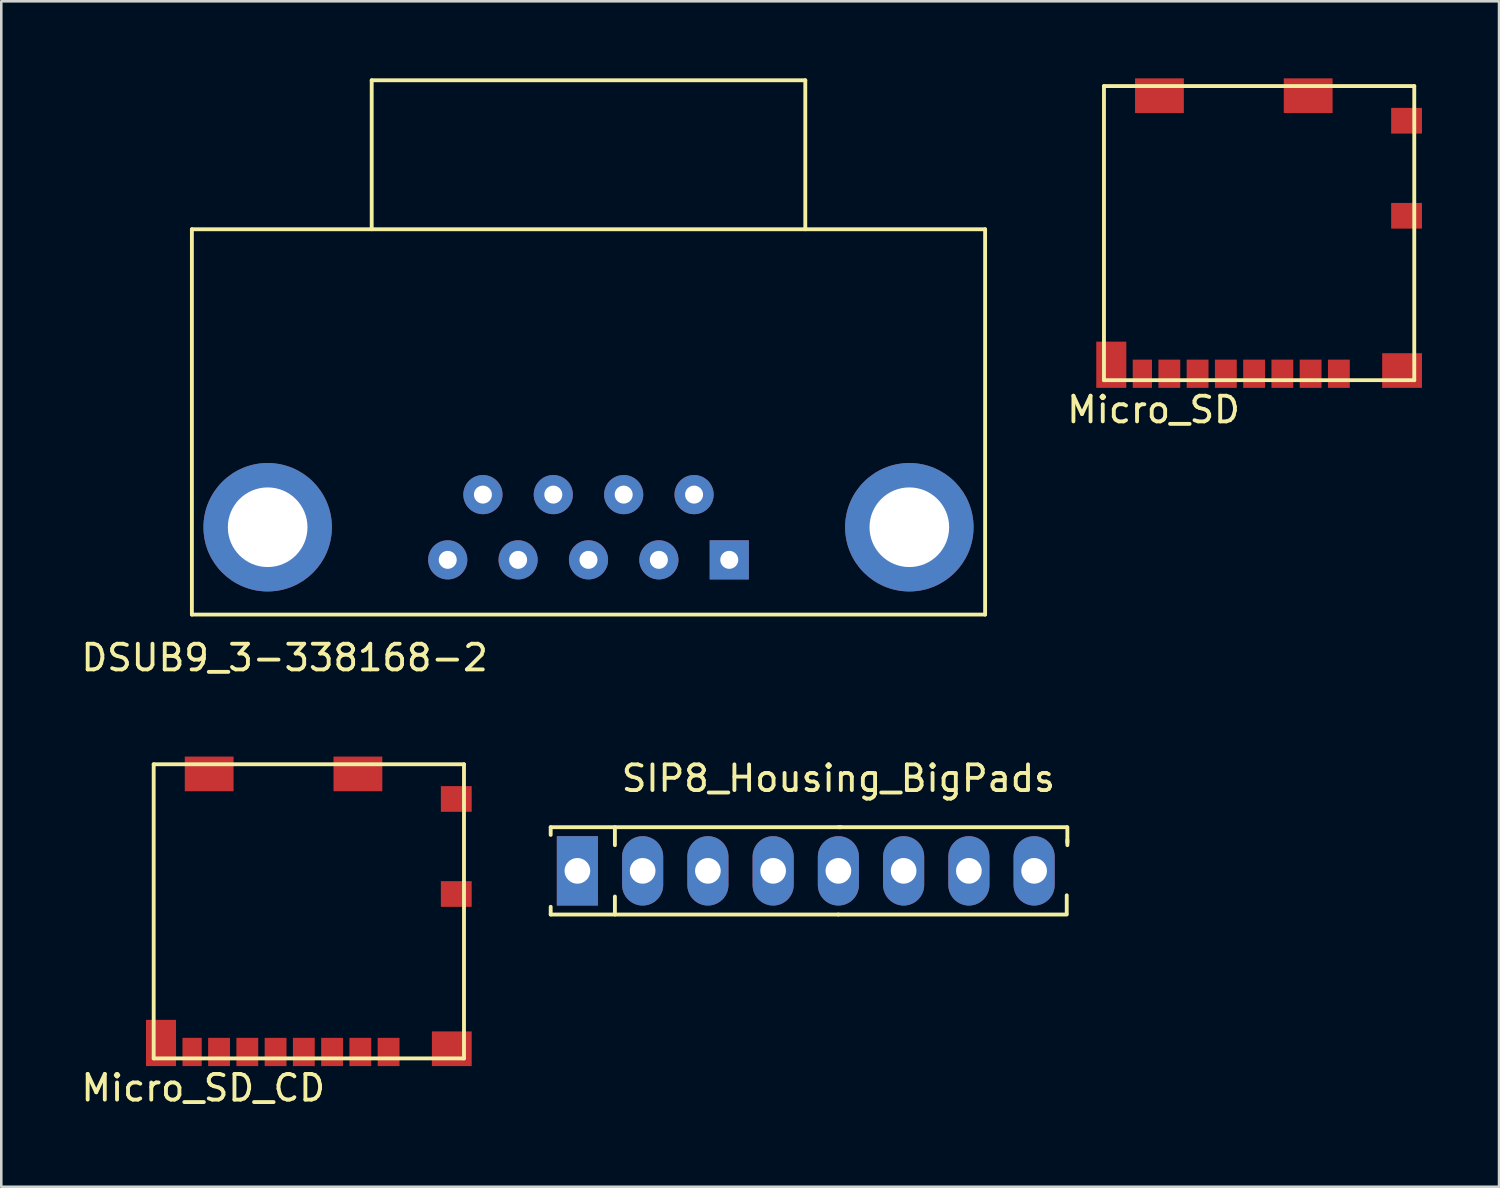
<source format=kicad_pcb>
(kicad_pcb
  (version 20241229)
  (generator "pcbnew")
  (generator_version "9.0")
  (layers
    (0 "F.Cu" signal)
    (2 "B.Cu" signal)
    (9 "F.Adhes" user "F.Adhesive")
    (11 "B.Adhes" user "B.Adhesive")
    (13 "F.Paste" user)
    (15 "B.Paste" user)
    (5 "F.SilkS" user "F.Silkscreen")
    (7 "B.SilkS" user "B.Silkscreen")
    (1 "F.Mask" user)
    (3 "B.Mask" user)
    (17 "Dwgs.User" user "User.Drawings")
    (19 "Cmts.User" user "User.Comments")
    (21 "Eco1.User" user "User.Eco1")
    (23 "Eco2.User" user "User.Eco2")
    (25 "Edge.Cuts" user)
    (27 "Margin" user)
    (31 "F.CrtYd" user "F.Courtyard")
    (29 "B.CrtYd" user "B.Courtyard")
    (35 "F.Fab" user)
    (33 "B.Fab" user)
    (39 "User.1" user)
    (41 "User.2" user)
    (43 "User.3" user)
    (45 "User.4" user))
  (footprint "SIP8_Housing_BigPads"
    (layer "F.Cu")
    (at 29.588 30.852)
    (property "Reference" "SIP8_Housing_BigPads" (at 0 -3.6 0) (layer "F.SilkS") (effects (font (size 1 1) (thickness 0.15))))
    (attr through_hole)
    (fp_line (start -11.2 -1.7) (end -11.2 -1.4) (stroke (width 0.15) (type solid)) (layer "F.SilkS"))
    (fp_line (start -11.2 1.7) (end -11.2 1.4) (stroke (width 0.15) (type solid)) (layer "F.SilkS"))
    (fp_line (start -8.7 -1.7) (end -8.7 -1) (stroke (width 0.15) (type solid)) (layer "F.SilkS"))
    (fp_line (start -8.7 1.7) (end -8.7 1) (stroke (width 0.15) (type solid)) (layer "F.SilkS"))
    (fp_line (start 0 -1.7) (end 8.89 -1.7) (stroke (width 0.15) (type solid)) (layer "F.SilkS"))
    (fp_line (start 0 1.7) (end -11.2 1.7) (stroke (width 0.15) (type solid)) (layer "F.SilkS"))
    (fp_line (start 0 1.7) (end 8.89 1.7) (stroke (width 0.15) (type solid)) (layer "F.SilkS"))
    (fp_line (start 0.1 -1.7) (end -11.2 -1.7) (stroke (width 0.15) (type solid)) (layer "F.SilkS"))
    (fp_line (start 8.89 1.651) (end 8.89 0.951) (stroke (width 0.15) (type solid)) (layer "F.SilkS"))
    (fp_line (start 8.914 -1.7) (end 8.914 -1.1) (stroke (width 0.15) (type solid)) (layer "F.SilkS"))
    (fp_line (start 8.914 -1.2) (end 8.914 -1) (stroke (width 0.15) (type solid)) (layer "F.SilkS"))
    (pad "1" thru_hole rect (at -10.16 0 90) (size 2.7 1.6) (drill 1) (layers "*.Cu" "*.Mask"))
    (pad "2" thru_hole oval (at -5.08 0 90) (size 2.7 1.6) (drill 1) (layers "*.Cu" "*.Mask"))
    (pad "3" thru_hole oval (at 0 0 90) (size 2.7 1.6) (drill 1) (layers "*.Cu" "*.Mask"))
    (pad "4" thru_hole oval (at 5.08 0 90) (size 2.7 1.6) (drill 1) (layers "*.Cu" "*.Mask"))
    (pad "5" thru_hole oval (at -7.62 0 90) (size 2.7 1.6) (drill 1) (layers "*.Cu" "*.Mask"))
    (pad "6" thru_hole oval (at -2.54 0 90) (size 2.7 1.6) (drill 1) (layers "*.Cu" "*.Mask"))
    (pad "7" thru_hole oval (at 2.54 0 90) (size 2.7 1.6) (drill 1) (layers "*.Cu" "*.Mask"))
    (pad "8" thru_hole oval (at 7.62 0 90) (size 2.7 1.6) (drill 1) (layers "*.Cu" "*.Mask")))
  (footprint "Micro_SD"
    (layer "F.Cu")
    (at 39.627 12.05)
    (property "Reference" "Micro_SD" (at 2.23 0.85 0) (layer "F.SilkS") (effects (font (size 1 1) (thickness 0.15))))
    (attr through_hole)
    (fp_line (start 0.3 -11.75) (end 12.38 -11.75) (stroke (width 0.15) (type solid)) (layer "F.SilkS"))
    (fp_line (start 0.3 -0.3) (end 0.3 -11.75) (stroke (width 0.15) (type solid)) (layer "F.SilkS"))
    (fp_line (start 12.38 -11.75) (end 12.38 -0.3) (stroke (width 0.15) (type solid)) (layer "F.SilkS"))
    (fp_line (start 12.38 -0.3) (end 0.3 -0.3) (stroke (width 0.15) (type solid)) (layer "F.SilkS"))
    (pad "1" smd rect (at 9.445 -0.55) (size 0.85 1.1) (layers "F.Cu" "F.Mask" "F.Paste"))
    (pad "2" smd rect (at 8.345 -0.55) (size 0.85 1.1) (layers "F.Cu" "F.Mask" "F.Paste"))
    (pad "3" smd rect (at 7.245 -0.55) (size 0.85 1.1) (layers "F.Cu" "F.Mask" "F.Paste"))
    (pad "4" smd rect (at 6.145 -0.55) (size 0.85 1.1) (layers "F.Cu" "F.Mask" "F.Paste"))
    (pad "5" smd rect (at 5.045 -0.55) (size 0.85 1.1) (layers "F.Cu" "F.Mask" "F.Paste"))
    (pad "6" smd rect (at 3.945 -0.55) (size 0.85 1.1) (layers "F.Cu" "F.Mask" "F.Paste"))
    (pad "7" smd rect (at 2.845 -0.55) (size 0.85 1.1) (layers "F.Cu" "F.Mask" "F.Paste"))
    (pad "8" smd rect (at 1.795 -0.55) (size 0.75 1.1) (layers "F.Cu" "F.Mask" "F.Paste"))
    (pad "9" smd rect (at 0.585 -0.9) (size 1.17 1.8) (layers "F.Cu" "F.Mask" "F.Paste"))
    (pad "9" smd rect (at 2.46 -11.375) (size 1.9 1.35) (layers "F.Cu" "F.Mask" "F.Paste"))
    (pad "9" smd rect (at 8.25 -11.375) (size 1.9 1.35) (layers "F.Cu" "F.Mask" "F.Paste"))
    (pad "9" smd rect (at 11.905 -0.675) (size 1.55 1.35) (layers "F.Cu" "F.Mask" "F.Paste"))
    (pad "10" smd rect (at 12.08 -10.4) (size 1.2 1) (layers "F.Cu" "F.Mask" "F.Paste"))
    (pad "11" smd rect (at 12.08 -6.7) (size 1.2 1) (layers "F.Cu" "F.Mask" "F.Paste")))
  (footprint "Micro_SD_CD"
    (layer "F.Cu")
    (at 2.633 38.453)
    (property "Reference" "Micro_SD_CD" (at 2.23 0.85 0) (layer "F.SilkS") (effects (font (size 1 1) (thickness 0.15))))
    (attr through_hole)
    (fp_line (start 0.3 -11.75) (end 12.38 -11.75) (stroke (width 0.15) (type solid)) (layer "F.SilkS"))
    (fp_line (start 0.3 -0.3) (end 0.3 -11.75) (stroke (width 0.15) (type solid)) (layer "F.SilkS"))
    (fp_line (start 12.38 -11.75) (end 12.38 -0.3) (stroke (width 0.15) (type solid)) (layer "F.SilkS"))
    (fp_line (start 12.38 -0.3) (end 0.3 -0.3) (stroke (width 0.15) (type solid)) (layer "F.SilkS"))
    (pad "1" smd rect (at 9.445 -0.55) (size 0.85 1.1) (layers "F.Cu" "F.Mask" "F.Paste"))
    (pad "2" smd rect (at 8.345 -0.55) (size 0.85 1.1) (layers "F.Cu" "F.Mask" "F.Paste"))
    (pad "3" smd rect (at 7.245 -0.55) (size 0.85 1.1) (layers "F.Cu" "F.Mask" "F.Paste"))
    (pad "4" smd rect (at 6.145 -0.55) (size 0.85 1.1) (layers "F.Cu" "F.Mask" "F.Paste"))
    (pad "5" smd rect (at 5.045 -0.55) (size 0.85 1.1) (layers "F.Cu" "F.Mask" "F.Paste"))
    (pad "6" smd rect (at 3.945 -0.55) (size 0.85 1.1) (layers "F.Cu" "F.Mask" "F.Paste"))
    (pad "7" smd rect (at 2.845 -0.55) (size 0.85 1.1) (layers "F.Cu" "F.Mask" "F.Paste"))
    (pad "8" smd rect (at 1.795 -0.55) (size 0.75 1.1) (layers "F.Cu" "F.Mask" "F.Paste"))
    (pad "9" smd rect (at 0.585 -0.9) (size 1.17 1.8) (layers "F.Cu" "F.Mask" "F.Paste"))
    (pad "9" smd rect (at 2.46 -11.375) (size 1.9 1.35) (layers "F.Cu" "F.Mask" "F.Paste"))
    (pad "9" smd rect (at 8.25 -11.375) (size 1.9 1.35) (layers "F.Cu" "F.Mask" "F.Paste"))
    (pad "9" smd rect (at 11.905 -0.675) (size 1.55 1.35) (layers "F.Cu" "F.Mask" "F.Paste"))
    (pad "10" smd rect (at 12.08 -10.4) (size 1.2 1) (layers "F.Cu" "F.Mask" "F.Paste"))
    (pad "11" smd rect (at 12.08 -6.7) (size 1.2 1) (layers "F.Cu" "F.Mask" "F.Paste")))
  (footprint "DSUB9_3-338168-2"
    (layer "F.Cu")
    (at 14.38 17.475)
    (property "Reference" "DSUB9_3-338168-2" (at -6.35 5.08 0) (layer "F.SilkS") (effects (font (size 1 1) (thickness 0.15))))
    (attr through_hole)
    (fp_line (start -9.96 -11.6) (end 20.92 -11.6) (stroke (width 0.15) (type solid)) (layer "F.SilkS"))
    (fp_line (start -9.96 3.4) (end -9.96 -11.6) (stroke (width 0.15) (type solid)) (layer "F.SilkS"))
    (fp_line (start -2.96 -17.4) (end 13.92 -17.4) (stroke (width 0.15) (type solid)) (layer "F.SilkS"))
    (fp_line (start -2.96 -11.6) (end -2.96 -17.4) (stroke (width 0.15) (type solid)) (layer "F.SilkS"))
    (fp_line (start 13.92 -17.4) (end 13.92 -11.6) (stroke (width 0.15) (type solid)) (layer "F.SilkS"))
    (fp_line (start 20.92 -11.6) (end 20.92 3.4) (stroke (width 0.15) (type solid)) (layer "F.SilkS"))
    (fp_line (start 20.92 3.4) (end -9.96 3.4) (stroke (width 0.15) (type solid)) (layer "F.SilkS"))
    (pad "1" thru_hole rect (at 10.96 1.27) (size 1.524 1.524) (drill 0.7) (layers "*.Cu" "*.Mask"))
    (pad "2" thru_hole circle (at 8.22 1.27) (size 1.524 1.524) (drill 0.7) (layers "*.Cu" "*.Mask"))
    (pad "3" thru_hole circle (at 5.48 1.27) (size 1.524 1.524) (drill 0.7) (layers "*.Cu" "*.Mask"))
    (pad "4" thru_hole circle (at 2.74 1.27) (size 1.524 1.524) (drill 0.7) (layers "*.Cu" "*.Mask"))
    (pad "5" thru_hole circle (at 0 1.27) (size 1.524 1.524) (drill 0.7) (layers "*.Cu" "*.Mask"))
    (pad "6" thru_hole circle (at 9.59 -1.27) (size 1.524 1.524) (drill 0.7) (layers "*.Cu" "*.Mask"))
    (pad "7" thru_hole circle (at 6.85 -1.27) (size 1.524 1.524) (drill 0.7) (layers "*.Cu" "*.Mask"))
    (pad "8" thru_hole circle (at 4.11 -1.27) (size 1.524 1.524) (drill 0.7) (layers "*.Cu" "*.Mask"))
    (pad "9" thru_hole circle (at 1.37 -1.27) (size 1.524 1.524) (drill 0.7) (layers "*.Cu" "*.Mask"))
    (pad "10" thru_hole circle (at -7.01 0) (size 5 5) (drill 3.1) (layers "*.Cu" "*.Mask"))
    (pad "11" thru_hole circle (at 17.97 0) (size 5 5) (drill 3.1) (layers "*.Cu" "*.Mask")))
  (gr_rect
    (start -3 -3)
    (end 55.307 43.151)
    (stroke (width 0.1) (type default))
    (fill no)
    (layer "Edge.Cuts")))
</source>
